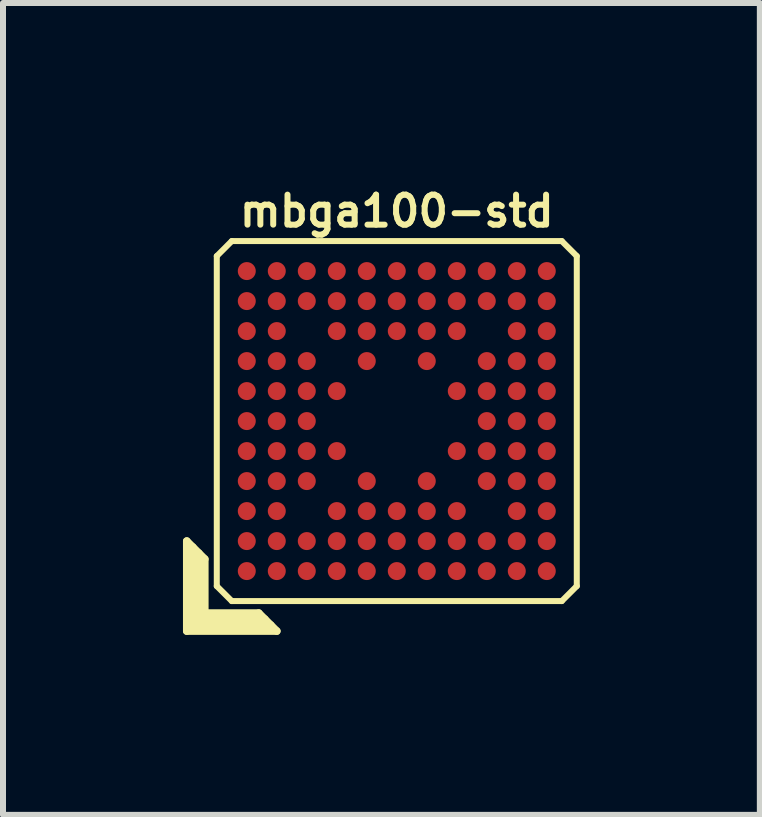
<source format=kicad_pcb>
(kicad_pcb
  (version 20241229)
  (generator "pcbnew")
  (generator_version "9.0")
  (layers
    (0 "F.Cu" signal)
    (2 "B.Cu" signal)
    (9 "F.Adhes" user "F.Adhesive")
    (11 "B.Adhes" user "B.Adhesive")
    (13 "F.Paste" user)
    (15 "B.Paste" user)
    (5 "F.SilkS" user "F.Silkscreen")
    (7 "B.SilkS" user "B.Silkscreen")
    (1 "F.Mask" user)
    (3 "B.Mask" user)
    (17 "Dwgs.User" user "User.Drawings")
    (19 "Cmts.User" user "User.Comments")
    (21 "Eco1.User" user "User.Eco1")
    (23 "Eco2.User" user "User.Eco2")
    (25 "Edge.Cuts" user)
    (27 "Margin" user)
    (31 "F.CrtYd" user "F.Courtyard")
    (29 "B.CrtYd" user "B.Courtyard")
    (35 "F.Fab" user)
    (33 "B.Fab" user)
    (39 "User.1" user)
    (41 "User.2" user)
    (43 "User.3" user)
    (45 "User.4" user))
  (footprint "mbga100-std"
    (layer "F.Cu")
    (at 3.563 3.968)
    (property "Reference" "mbga100-std" (at 0 -3.5 0) (layer "F.SilkS") (effects (font (size 0.5 0.5) (thickness 0.1))))
    (attr smd)
    (fp_line (start -3.5 2) (end -3.2 2.3) (stroke (width 0.127) (type solid)) (layer "F.SilkS"))
    (fp_line (start -3.5 3.5) (end -3.5 2) (stroke (width 0.127) (type solid)) (layer "F.SilkS"))
    (fp_line (start -3.4 2.1) (end -3.4 3.4) (stroke (width 0.127) (type solid)) (layer "F.SilkS"))
    (fp_line (start -3.4 3.4) (end -2.1 3.4) (stroke (width 0.127) (type solid)) (layer "F.SilkS"))
    (fp_line (start -3.3 3.3) (end -3.3 2.2) (stroke (width 0.127) (type solid)) (layer "F.SilkS"))
    (fp_line (start -3.2 2.3) (end -3.2 3.2) (stroke (width 0.127) (type solid)) (layer "F.SilkS"))
    (fp_line (start -3.2 3.2) (end -2.3 3.2) (stroke (width 0.127) (type solid)) (layer "F.SilkS"))
    (fp_line (start -3 -2.75) (end -3 2.75) (stroke (width 0.1) (type solid)) (layer "F.SilkS"))
    (fp_line (start -3 -2.75) (end -2.75 -3) (stroke (width 0.1) (type solid)) (layer "F.SilkS"))
    (fp_line (start -2.75 3) (end -3 2.75) (stroke (width 0.1) (type solid)) (layer "F.SilkS"))
    (fp_line (start -2.75 3) (end 2.75 3) (stroke (width 0.1) (type solid)) (layer "F.SilkS"))
    (fp_line (start -2.3 3.2) (end -2 3.5) (stroke (width 0.127) (type solid)) (layer "F.SilkS"))
    (fp_line (start -2.2 3.3) (end -3.3 3.3) (stroke (width 0.127) (type solid)) (layer "F.SilkS"))
    (fp_line (start -2 3.5) (end -3.5 3.5) (stroke (width 0.127) (type solid)) (layer "F.SilkS"))
    (fp_line (start 2.75 -3) (end -2.75 -3) (stroke (width 0.1) (type solid)) (layer "F.SilkS"))
    (fp_line (start 2.75 -3) (end 3 -2.75) (stroke (width 0.1) (type solid)) (layer "F.SilkS"))
    (fp_line (start 3 2.75) (end 2.75 3) (stroke (width 0.1) (type solid)) (layer "F.SilkS"))
    (fp_line (start 3 2.75) (end 3 -2.75) (stroke (width 0.1) (type solid)) (layer "F.SilkS"))
    (pad "A1" smd circle (at -2.5 2.5) (size 0.3 0.3) (layers "F.Cu" "F.Mask" "F.Paste"))
    (pad "A2" smd circle (at -2.5 2) (size 0.3 0.3) (layers "F.Cu" "F.Mask" "F.Paste"))
    (pad "A3" smd circle (at -2.5 1.5) (size 0.3 0.3) (layers "F.Cu" "F.Mask" "F.Paste"))
    (pad "A4" smd circle (at -2.5 1) (size 0.3 0.3) (layers "F.Cu" "F.Mask" "F.Paste"))
    (pad "A5" smd circle (at -2.5 0.5) (size 0.3 0.3) (layers "F.Cu" "F.Mask" "F.Paste"))
    (pad "A6" smd circle (at -2.5 0) (size 0.3 0.3) (layers "F.Cu" "F.Mask" "F.Paste"))
    (pad "A7" smd circle (at -2.5 -0.5) (size 0.3 0.3) (layers "F.Cu" "F.Mask" "F.Paste"))
    (pad "A8" smd circle (at -2.5 -1) (size 0.3 0.3) (layers "F.Cu" "F.Mask" "F.Paste"))
    (pad "A9" smd circle (at -2.5 -1.5) (size 0.3 0.3) (layers "F.Cu" "F.Mask" "F.Paste"))
    (pad "A10" smd circle (at -2.5 -2) (size 0.3 0.3) (layers "F.Cu" "F.Mask" "F.Paste"))
    (pad "A11" smd circle (at -2.5 -2.5) (size 0.3 0.3) (layers "F.Cu" "F.Mask" "F.Paste"))
    (pad "B1" smd circle (at -2 2.5) (size 0.3 0.3) (layers "F.Cu" "F.Mask" "F.Paste"))
    (pad "B2" smd circle (at -2 2) (size 0.3 0.3) (layers "F.Cu" "F.Mask" "F.Paste"))
    (pad "B3" smd circle (at -2 1.5) (size 0.3 0.3) (layers "F.Cu" "F.Mask" "F.Paste"))
    (pad "B4" smd circle (at -2 1) (size 0.3 0.3) (layers "F.Cu" "F.Mask" "F.Paste"))
    (pad "B5" smd circle (at -2 0.5) (size 0.3 0.3) (layers "F.Cu" "F.Mask" "F.Paste"))
    (pad "B6" smd circle (at -2 0) (size 0.3 0.3) (layers "F.Cu" "F.Mask" "F.Paste"))
    (pad "B7" smd circle (at -2 -0.5) (size 0.3 0.3) (layers "F.Cu" "F.Mask" "F.Paste"))
    (pad "B8" smd circle (at -2 -1) (size 0.3 0.3) (layers "F.Cu" "F.Mask" "F.Paste"))
    (pad "B9" smd circle (at -2 -1.5) (size 0.3 0.3) (layers "F.Cu" "F.Mask" "F.Paste"))
    (pad "B10" smd circle (at -2 -2) (size 0.3 0.3) (layers "F.Cu" "F.Mask" "F.Paste"))
    (pad "B11" smd circle (at -2 -2.5) (size 0.3 0.3) (layers "F.Cu" "F.Mask" "F.Paste"))
    (pad "C1" smd circle (at -1.5 2.5) (size 0.3 0.3) (layers "F.Cu" "F.Mask" "F.Paste"))
    (pad "C2" smd circle (at -1.5 2) (size 0.3 0.3) (layers "F.Cu" "F.Mask" "F.Paste"))
    (pad "C4" smd circle (at -1.5 1) (size 0.3 0.3) (layers "F.Cu" "F.Mask" "F.Paste"))
    (pad "C5" smd circle (at -1.5 0.5) (size 0.3 0.3) (layers "F.Cu" "F.Mask" "F.Paste"))
    (pad "C6" smd circle (at -1.5 0) (size 0.3 0.3) (layers "F.Cu" "F.Mask" "F.Paste"))
    (pad "C7" smd circle (at -1.5 -0.5) (size 0.3 0.3) (layers "F.Cu" "F.Mask" "F.Paste"))
    (pad "C8" smd circle (at -1.5 -1) (size 0.3 0.3) (layers "F.Cu" "F.Mask" "F.Paste"))
    (pad "C10" smd circle (at -1.5 -2) (size 0.3 0.3) (layers "F.Cu" "F.Mask" "F.Paste"))
    (pad "C11" smd circle (at -1.5 -2.5) (size 0.3 0.3) (layers "F.Cu" "F.Mask" "F.Paste"))
    (pad "D1" smd circle (at -1 2.5) (size 0.3 0.3) (layers "F.Cu" "F.Mask" "F.Paste"))
    (pad "D2" smd circle (at -1 2) (size 0.3 0.3) (layers "F.Cu" "F.Mask" "F.Paste"))
    (pad "D3" smd circle (at -1 1.5) (size 0.3 0.3) (layers "F.Cu" "F.Mask" "F.Paste"))
    (pad "D5" smd circle (at -1 0.5) (size 0.3 0.3) (layers "F.Cu" "F.Mask" "F.Paste"))
    (pad "D7" smd circle (at -1 -0.5) (size 0.3 0.3) (layers "F.Cu" "F.Mask" "F.Paste"))
    (pad "D9" smd circle (at -1 -1.5) (size 0.3 0.3) (layers "F.Cu" "F.Mask" "F.Paste"))
    (pad "D10" smd circle (at -1 -2) (size 0.3 0.3) (layers "F.Cu" "F.Mask" "F.Paste"))
    (pad "D11" smd circle (at -1 -2.5) (size 0.3 0.3) (layers "F.Cu" "F.Mask" "F.Paste"))
    (pad "E1" smd circle (at -0.5 2.5) (size 0.3 0.3) (layers "F.Cu" "F.Mask" "F.Paste"))
    (pad "E2" smd circle (at -0.5 2) (size 0.3 0.3) (layers "F.Cu" "F.Mask" "F.Paste"))
    (pad "E3" smd circle (at -0.5 1.5) (size 0.3 0.3) (layers "F.Cu" "F.Mask" "F.Paste"))
    (pad "E4" smd circle (at -0.5 1) (size 0.3 0.3) (layers "F.Cu" "F.Mask" "F.Paste"))
    (pad "E8" smd circle (at -0.5 -1) (size 0.3 0.3) (layers "F.Cu" "F.Mask" "F.Paste"))
    (pad "E9" smd circle (at -0.5 -1.5) (size 0.3 0.3) (layers "F.Cu" "F.Mask" "F.Paste"))
    (pad "E10" smd circle (at -0.5 -2) (size 0.3 0.3) (layers "F.Cu" "F.Mask" "F.Paste"))
    (pad "E11" smd circle (at -0.5 -2.5) (size 0.3 0.3) (layers "F.Cu" "F.Mask" "F.Paste"))
    (pad "F1" smd circle (at 0 2.5) (size 0.3 0.3) (layers "F.Cu" "F.Mask" "F.Paste"))
    (pad "F2" smd circle (at 0 2) (size 0.3 0.3) (layers "F.Cu" "F.Mask" "F.Paste"))
    (pad "F3" smd circle (at 0 1.5) (size 0.3 0.3) (layers "F.Cu" "F.Mask" "F.Paste"))
    (pad "F9" smd circle (at 0 -1.5) (size 0.3 0.3) (layers "F.Cu" "F.Mask" "F.Paste"))
    (pad "F10" smd circle (at 0 -2) (size 0.3 0.3) (layers "F.Cu" "F.Mask" "F.Paste"))
    (pad "F11" smd circle (at 0 -2.5) (size 0.3 0.3) (layers "F.Cu" "F.Mask" "F.Paste"))
    (pad "G1" smd circle (at 0.5 2.5) (size 0.3 0.3) (layers "F.Cu" "F.Mask" "F.Paste"))
    (pad "G2" smd circle (at 0.5 2) (size 0.3 0.3) (layers "F.Cu" "F.Mask" "F.Paste"))
    (pad "G3" smd circle (at 0.5 1.5) (size 0.3 0.3) (layers "F.Cu" "F.Mask" "F.Paste"))
    (pad "G4" smd circle (at 0.5 1) (size 0.3 0.3) (layers "F.Cu" "F.Mask" "F.Paste"))
    (pad "G8" smd circle (at 0.5 -1) (size 0.3 0.3) (layers "F.Cu" "F.Mask" "F.Paste"))
    (pad "G9" smd circle (at 0.5 -1.5) (size 0.3 0.3) (layers "F.Cu" "F.Mask" "F.Paste"))
    (pad "G10" smd circle (at 0.5 -2) (size 0.3 0.3) (layers "F.Cu" "F.Mask" "F.Paste"))
    (pad "G11" smd circle (at 0.5 -2.5) (size 0.3 0.3) (layers "F.Cu" "F.Mask" "F.Paste"))
    (pad "H1" smd circle (at 1 2.5) (size 0.3 0.3) (layers "F.Cu" "F.Mask" "F.Paste"))
    (pad "H2" smd circle (at 1 2) (size 0.3 0.3) (layers "F.Cu" "F.Mask" "F.Paste"))
    (pad "H3" smd circle (at 1 1.5) (size 0.3 0.3) (layers "F.Cu" "F.Mask" "F.Paste"))
    (pad "H5" smd circle (at 1 0.5) (size 0.3 0.3) (layers "F.Cu" "F.Mask" "F.Paste"))
    (pad "H7" smd circle (at 1 -0.5) (size 0.3 0.3) (layers "F.Cu" "F.Mask" "F.Paste"))
    (pad "H9" smd circle (at 1 -1.5) (size 0.3 0.3) (layers "F.Cu" "F.Mask" "F.Paste"))
    (pad "H10" smd circle (at 1 -2) (size 0.3 0.3) (layers "F.Cu" "F.Mask" "F.Paste"))
    (pad "H11" smd circle (at 1 -2.5) (size 0.3 0.3) (layers "F.Cu" "F.Mask" "F.Paste"))
    (pad "J1" smd circle (at 1.5 2.5) (size 0.3 0.3) (layers "F.Cu" "F.Mask" "F.Paste"))
    (pad "J2" smd circle (at 1.5 2) (size 0.3 0.3) (layers "F.Cu" "F.Mask" "F.Paste"))
    (pad "J4" smd circle (at 1.5 1) (size 0.3 0.3) (layers "F.Cu" "F.Mask" "F.Paste"))
    (pad "J5" smd circle (at 1.5 0.5) (size 0.3 0.3) (layers "F.Cu" "F.Mask" "F.Paste"))
    (pad "J6" smd circle (at 1.5 0) (size 0.3 0.3) (layers "F.Cu" "F.Mask" "F.Paste"))
    (pad "J7" smd circle (at 1.5 -0.5) (size 0.3 0.3) (layers "F.Cu" "F.Mask" "F.Paste"))
    (pad "J8" smd circle (at 1.5 -1) (size 0.3 0.3) (layers "F.Cu" "F.Mask" "F.Paste"))
    (pad "J10" smd circle (at 1.5 -2) (size 0.3 0.3) (layers "F.Cu" "F.Mask" "F.Paste"))
    (pad "J11" smd circle (at 1.5 -2.5) (size 0.3 0.3) (layers "F.Cu" "F.Mask" "F.Paste"))
    (pad "K1" smd circle (at 2 2.5) (size 0.3 0.3) (layers "F.Cu" "F.Mask" "F.Paste"))
    (pad "K2" smd circle (at 2 2) (size 0.3 0.3) (layers "F.Cu" "F.Mask" "F.Paste"))
    (pad "K3" smd circle (at 2 1.5) (size 0.3 0.3) (layers "F.Cu" "F.Mask" "F.Paste"))
    (pad "K4" smd circle (at 2 1) (size 0.3 0.3) (layers "F.Cu" "F.Mask" "F.Paste"))
    (pad "K5" smd circle (at 2 0.5) (size 0.3 0.3) (layers "F.Cu" "F.Mask" "F.Paste"))
    (pad "K6" smd circle (at 2 0) (size 0.3 0.3) (layers "F.Cu" "F.Mask" "F.Paste"))
    (pad "K7" smd circle (at 2 -0.5) (size 0.3 0.3) (layers "F.Cu" "F.Mask" "F.Paste"))
    (pad "K8" smd circle (at 2 -1) (size 0.3 0.3) (layers "F.Cu" "F.Mask" "F.Paste"))
    (pad "K9" smd circle (at 2 -1.5) (size 0.3 0.3) (layers "F.Cu" "F.Mask" "F.Paste"))
    (pad "K10" smd circle (at 2 -2) (size 0.3 0.3) (layers "F.Cu" "F.Mask" "F.Paste"))
    (pad "K11" smd circle (at 2 -2.5) (size 0.3 0.3) (layers "F.Cu" "F.Mask" "F.Paste"))
    (pad "L1" smd circle (at 2.5 2.5) (size 0.3 0.3) (layers "F.Cu" "F.Mask" "F.Paste"))
    (pad "L2" smd circle (at 2.5 2) (size 0.3 0.3) (layers "F.Cu" "F.Mask" "F.Paste"))
    (pad "L3" smd circle (at 2.5 1.5) (size 0.3 0.3) (layers "F.Cu" "F.Mask" "F.Paste"))
    (pad "L4" smd circle (at 2.5 1) (size 0.3 0.3) (layers "F.Cu" "F.Mask" "F.Paste"))
    (pad "L5" smd circle (at 2.5 0.5) (size 0.3 0.3) (layers "F.Cu" "F.Mask" "F.Paste"))
    (pad "L6" smd circle (at 2.5 0) (size 0.3 0.3) (layers "F.Cu" "F.Mask" "F.Paste"))
    (pad "L7" smd circle (at 2.5 -0.5) (size 0.3 0.3) (layers "F.Cu" "F.Mask" "F.Paste"))
    (pad "L8" smd circle (at 2.5 -1) (size 0.3 0.3) (layers "F.Cu" "F.Mask" "F.Paste"))
    (pad "L9" smd circle (at 2.5 -1.5) (size 0.3 0.3) (layers "F.Cu" "F.Mask" "F.Paste"))
    (pad "L10" smd circle (at 2.5 -2) (size 0.3 0.3) (layers "F.Cu" "F.Mask" "F.Paste"))
    (pad "L11" smd circle (at 2.5 -2.5) (size 0.3 0.3) (layers "F.Cu" "F.Mask" "F.Paste")))
  (gr_rect
    (start -3 -3)
    (end 9.614 10.531)
    (stroke (width 0.1) (type default))
    (fill no)
    (layer "Edge.Cuts")))
</source>
